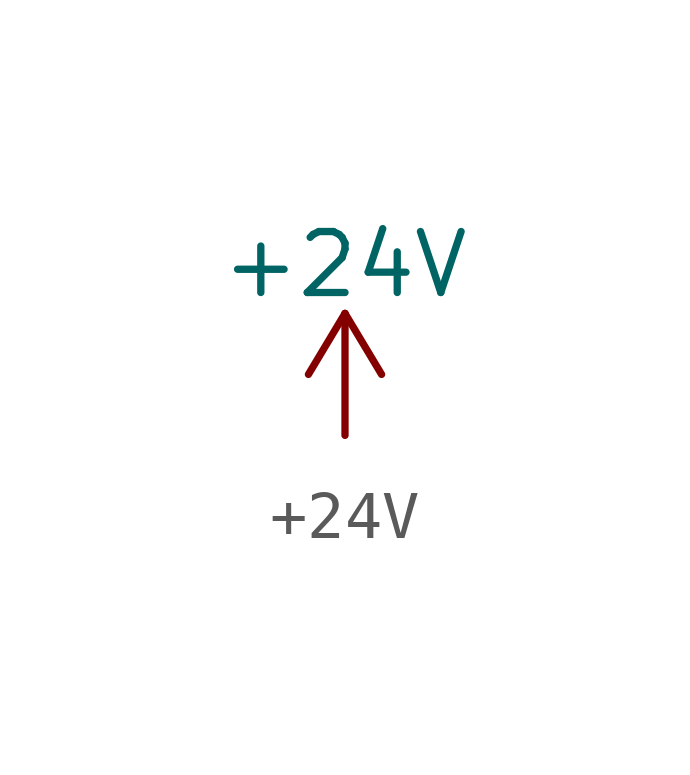
<source format=kicad_sym>
(kicad_symbol_lib
  (version 20231120)
  (generator "kicad_symbol_editor")
  (generator_version "8.0")
  (symbol "+24V"
    (power)
    (pin_numbers hide)
    (pin_names
      (offset 0) hide)
    (property "Reference" "#PWR"
      (at 0 -3.81 0)
      (effects (font (size 1.27 1.27)) (hide yes)))
    (property "Value" "+24V"
      (at 0 3.556 0)
      (effects (font (size 1.27 1.27))))
    (symbol "+24V_0_1"
      (polyline (pts (xy -0.762 1.27) (xy 0 2.54)) (stroke (width 0) (type default)) (fill (type none)))
      (polyline (pts (xy 0 0) (xy 0 2.54)) (stroke (width 0) (type default)) (fill (type none)))
      (polyline (pts (xy 0 2.54) (xy 0.762 1.27)) (stroke (width 0) (type default)) (fill (type none))))
    (symbol "+24V_1_1"
      (pin power_in line (at 0 0 90) (length 0) hide (name "+24V" (effects (font (size 1.27 1.27)))) (number "1" (effects (font (size 1.27 1.27))))))))
</source>
